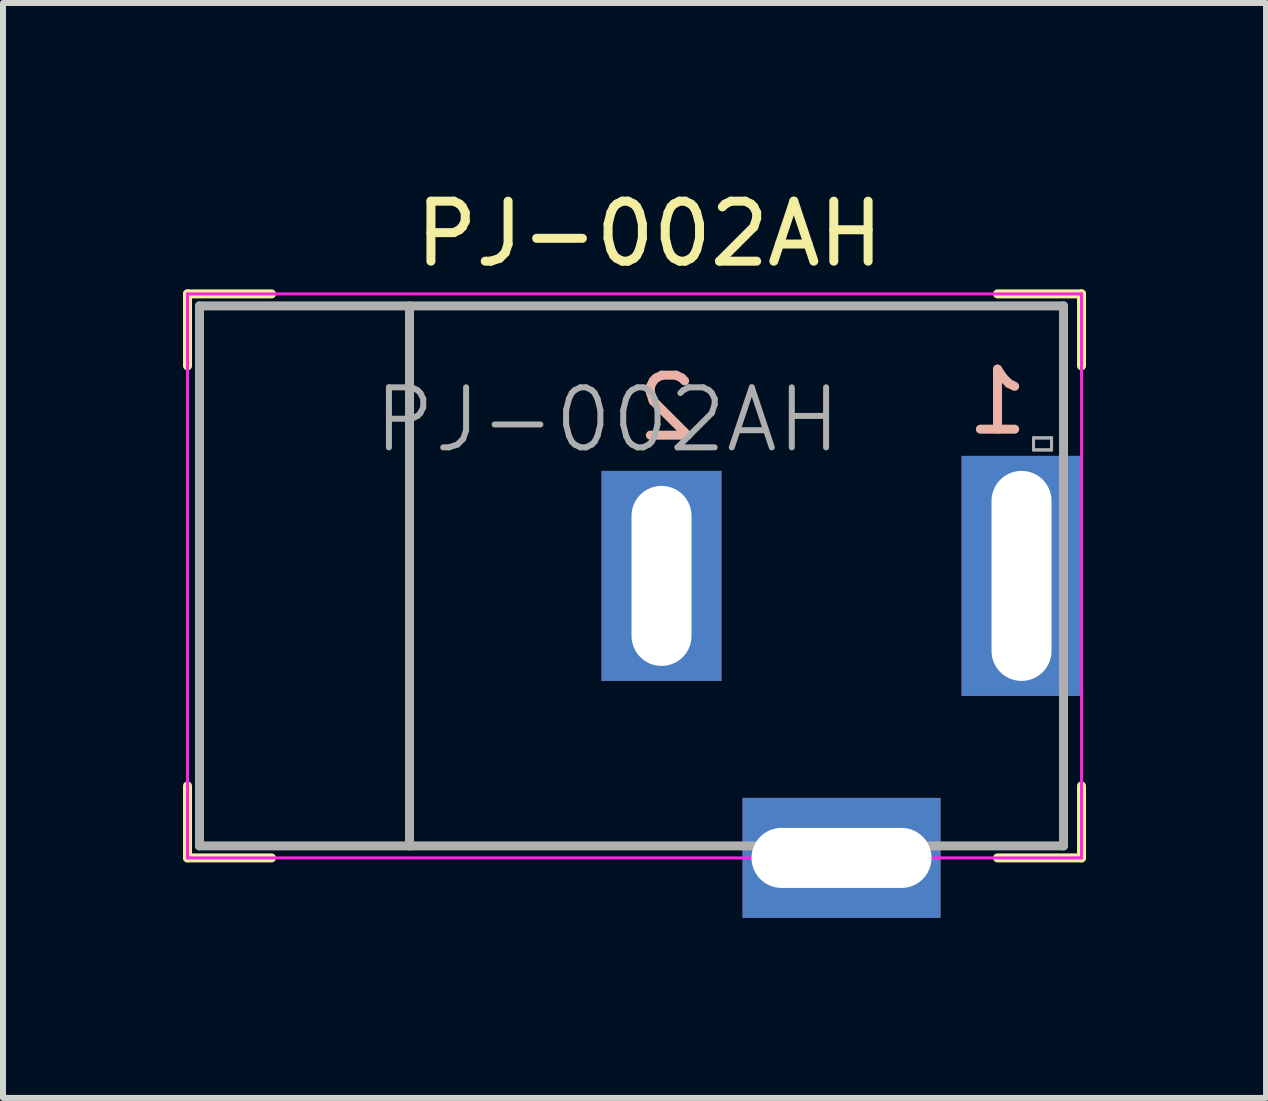
<source format=kicad_pcb>
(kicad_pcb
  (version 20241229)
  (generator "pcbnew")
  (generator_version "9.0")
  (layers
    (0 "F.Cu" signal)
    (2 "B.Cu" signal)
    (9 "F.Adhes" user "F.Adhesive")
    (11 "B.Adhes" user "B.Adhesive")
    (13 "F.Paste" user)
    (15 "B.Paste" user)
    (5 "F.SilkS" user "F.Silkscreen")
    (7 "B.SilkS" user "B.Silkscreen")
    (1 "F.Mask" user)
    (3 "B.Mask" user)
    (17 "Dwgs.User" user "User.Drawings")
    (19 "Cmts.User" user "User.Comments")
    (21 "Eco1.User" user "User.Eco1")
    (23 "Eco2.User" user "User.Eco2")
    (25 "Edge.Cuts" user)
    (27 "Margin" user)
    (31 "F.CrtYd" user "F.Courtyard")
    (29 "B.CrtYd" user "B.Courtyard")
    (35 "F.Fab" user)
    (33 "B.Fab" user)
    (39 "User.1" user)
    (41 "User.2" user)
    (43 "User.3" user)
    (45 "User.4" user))
  (footprint "PJ-002AH"
    (layer "F.Cu")
    (at 10.975 6.548)
    (property "Reference" "PJ-002AH" (at -3.2 -5.7 0) (layer "F.SilkS") (effects (font (size 1 1) (thickness 0.15))))
    (attr through_hole)
    (fp_line (start -10.9 -4.7) (end -10.9 -3.5) (stroke (width 0.15) (type solid)) (layer "F.SilkS"))
    (fp_line (start -10.9 -4.7) (end -9.5 -4.7) (stroke (width 0.15) (type solid)) (layer "F.SilkS"))
    (fp_line (start -10.9 3.5) (end -10.9 4.7) (stroke (width 0.15) (type solid)) (layer "F.SilkS"))
    (fp_line (start -10.9 4.7) (end -9.5 4.7) (stroke (width 0.15) (type solid)) (layer "F.SilkS"))
    (fp_line (start 2.6 -4.7) (end 4 -4.7) (stroke (width 0.15) (type solid)) (layer "F.SilkS"))
    (fp_line (start 2.6 4.7) (end 4 4.7) (stroke (width 0.15) (type solid)) (layer "F.SilkS"))
    (fp_line (start 4 -4.7) (end 4 -3.5) (stroke (width 0.15) (type solid)) (layer "F.SilkS"))
    (fp_line (start 4 3.5) (end 4 4.7) (stroke (width 0.15) (type solid)) (layer "F.SilkS"))
    (fp_line (start -10.9 -4.7) (end -10.9 4.7) (stroke (width 0.05) (type solid)) (layer "F.CrtYd"))
    (fp_line (start -10.9 -4.7) (end 4 -4.7) (stroke (width 0.05) (type solid)) (layer "F.CrtYd"))
    (fp_line (start -10.9 4.7) (end 4 4.7) (stroke (width 0.05) (type solid)) (layer "F.CrtYd"))
    (fp_line (start 4 -4.7) (end 4 4.7) (stroke (width 0.05) (type solid)) (layer "F.CrtYd"))
    (fp_line (start -10.7 -4.5) (end -10.7 4.5) (stroke (width 0.15) (type solid)) (layer "F.Fab"))
    (fp_line (start -10.7 4.5) (end 3.7 4.5) (stroke (width 0.15) (type solid)) (layer "F.Fab"))
    (fp_line (start -7.2 -4.5) (end -7.2 4.5) (stroke (width 0.15) (type solid)) (layer "F.Fab"))
    (fp_line (start 3.2 -2.3) (end 3.5 -2.3) (stroke (width 0.05) (type solid)) (layer "F.Fab"))
    (fp_line (start 3.2 -2.3) (end 3.5 -2.3) (stroke (width 0.05) (type solid)) (layer "F.Fab"))
    (fp_line (start 3.2 -2.1) (end 3.2 -2.3) (stroke (width 0.05) (type solid)) (layer "F.Fab"))
    (fp_line (start 3.2 -2.1) (end 3.2 -2.3) (stroke (width 0.05) (type solid)) (layer "F.Fab"))
    (fp_line (start 3.5 -2.3) (end 3.5 -2.1) (stroke (width 0.05) (type solid)) (layer "F.Fab"))
    (fp_line (start 3.5 -2.3) (end 3.5 -2.1) (stroke (width 0.05) (type solid)) (layer "F.Fab"))
    (fp_line (start 3.5 -2.1) (end 3.2 -2.1) (stroke (width 0.05) (type solid)) (layer "F.Fab"))
    (fp_line (start 3.5 -2.1) (end 3.2 -2.1) (stroke (width 0.05) (type solid)) (layer "F.Fab"))
    (fp_line (start 3.7 -4.5) (end -10.7 -4.5) (stroke (width 0.15) (type solid)) (layer "F.Fab"))
    (fp_line (start 3.7 4.5) (end 3.7 -4.5) (stroke (width 0.15) (type solid)) (layer "F.Fab"))
    (fp_text user "1" (at 2.6 -2.9 0) (layer "B.SilkS") (effects (font (size 1 1) (thickness 0.15)) (justify mirror)))
    (fp_text user "2" (at -2.9 -2.8 0) (layer "B.SilkS") (effects (font (size 1 1) (thickness 0.15)) (justify mirror)))
    (fp_text user "${REFERENCE}" (at -3.9 -2.6 0) (layer "F.Fab") (effects (font (size 1 1) (thickness 0.1))))
    (pad "1" thru_hole rect (at 3 0) (size 2 4) (drill oval 1 3.5) (layers "*.Cu" "*.Mask"))
    (pad "2" thru_hole rect (at -3 0) (size 2 3.5) (drill oval 1 3) (layers "*.Cu" "*.Mask"))
    (pad "3" thru_hole rect (at 0 4.7) (size 3.3 2) (drill oval 3 1) (layers "*.Cu" "*.Mask")))
  (gr_rect
    (start -3 -3)
    (end 18.05 15.248)
    (stroke (width 0.1) (type default))
    (fill no)
    (layer "Edge.Cuts")))
</source>
